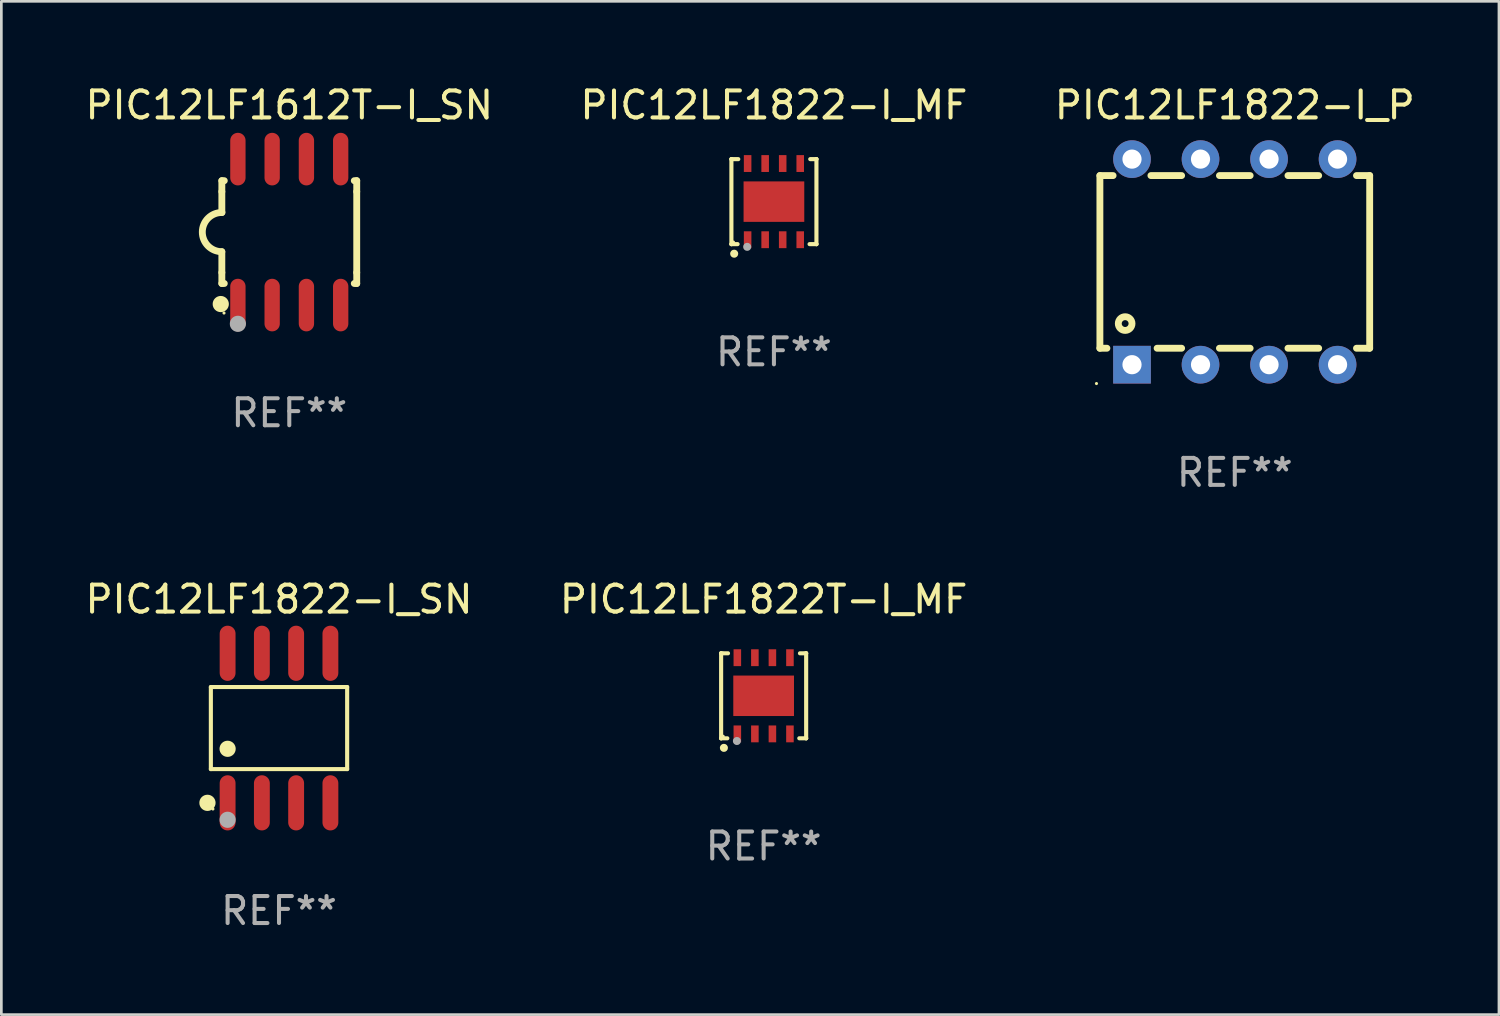
<source format=kicad_pcb>
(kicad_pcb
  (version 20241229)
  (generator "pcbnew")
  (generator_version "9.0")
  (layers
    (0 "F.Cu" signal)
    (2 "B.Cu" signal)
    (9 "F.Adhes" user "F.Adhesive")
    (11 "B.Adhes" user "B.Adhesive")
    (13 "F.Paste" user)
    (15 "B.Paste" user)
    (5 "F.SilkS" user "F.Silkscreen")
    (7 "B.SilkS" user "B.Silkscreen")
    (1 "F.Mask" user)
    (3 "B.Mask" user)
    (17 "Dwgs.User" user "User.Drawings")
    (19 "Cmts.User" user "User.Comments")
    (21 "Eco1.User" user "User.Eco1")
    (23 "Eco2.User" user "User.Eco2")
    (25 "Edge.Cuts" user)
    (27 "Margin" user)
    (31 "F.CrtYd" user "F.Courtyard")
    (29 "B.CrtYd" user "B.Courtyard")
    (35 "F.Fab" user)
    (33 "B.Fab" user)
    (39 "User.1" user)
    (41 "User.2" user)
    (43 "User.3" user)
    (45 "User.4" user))
  (footprint "PIC12LF1822-I_SN"
    (layer "F.Cu")
    (at 7.292 23.937)
    (property "Reference" "PIC12LF1822-I_SN" (at 0 -4.772 0) (layer "F.SilkS") (effects (font (size 1 1) (thickness 0.15))))
    (attr through_hole)
    (fp_line (start -2.526 -1.521) (end 2.526 -1.521) (stroke (width 0.152) (type solid)) (layer "F.SilkS"))
    (fp_line (start -2.526 1.521) (end -2.526 -1.521) (stroke (width 0.152) (type solid)) (layer "F.SilkS"))
    (fp_line (start 2.526 -1.521) (end 2.526 1.521) (stroke (width 0.152) (type solid)) (layer "F.SilkS"))
    (fp_line (start 2.526 1.521) (end -2.526 1.521) (stroke (width 0.152) (type solid)) (layer "F.SilkS"))
    (fp_circle (center -2.652 2.772) (end -2.501 2.772) (stroke (width 0.3) (type solid)) (fill no) (layer "F.SilkS"))
    (fp_circle (center -2.45 3) (end -2.42 3) (stroke (width 0.06) (type solid)) (fill no) (layer "F.SilkS"))
    (fp_circle (center -1.905 0.769) (end -1.755 0.769) (stroke (width 0.3) (type solid)) (fill no) (layer "F.SilkS"))
    (fp_circle (center -1.905 3.4) (end -1.755 3.4) (stroke (width 0.3) (type solid)) (fill no) (layer "F.Fab"))
    (fp_text user "REF**" (at 0 6.772 0) (layer "F.Fab") (effects (font (size 1 1) (thickness 0.15))))
    (pad "1" smd oval (at -1.905 2.772) (size 0.588 2.045) (layers "F.Cu" "F.Mask" "F.Paste"))
    (pad "2" smd oval (at -0.635 2.772) (size 0.588 2.045) (layers "F.Cu" "F.Mask" "F.Paste"))
    (pad "3" smd oval (at 0.635 2.772) (size 0.588 2.045) (layers "F.Cu" "F.Mask" "F.Paste"))
    (pad "4" smd oval (at 1.905 2.772) (size 0.588 2.045) (layers "F.Cu" "F.Mask" "F.Paste"))
    (pad "5" smd oval (at 1.905 -2.772) (size 0.588 2.045) (layers "F.Cu" "F.Mask" "F.Paste"))
    (pad "6" smd oval (at 0.635 -2.772) (size 0.588 2.045) (layers "F.Cu" "F.Mask" "F.Paste"))
    (pad "7" smd oval (at -0.635 -2.772) (size 0.588 2.045) (layers "F.Cu" "F.Mask" "F.Paste"))
    (pad "8" smd oval (at -1.905 -2.772) (size 0.588 2.045) (layers "F.Cu" "F.Mask" "F.Paste")))
  (footprint "PIC12LF1822T-I_MF"
    (layer "F.Cu")
    (at 25.256 22.741)
    (property "Reference" "PIC12LF1822T-I_MF" (at 0 -3.576 0) (layer "F.SilkS") (effects (font (size 1 1) (thickness 0.15))))
    (attr through_hole)
    (fp_line (start -1.576 -1.576) (end -1.576 -1.576) (stroke (width 0.152) (type solid)) (layer "F.SilkS"))
    (fp_line (start -1.576 -1.576) (end -1.576 1.576) (stroke (width 0.152) (type solid)) (layer "F.SilkS"))
    (fp_line (start -1.576 1.576) (end -1.576 1.576) (stroke (width 0.152) (type solid)) (layer "F.SilkS"))
    (fp_line (start -1.576 1.576) (end -1.346 1.575) (stroke (width 0.152) (type solid)) (layer "F.SilkS"))
    (fp_line (start -1.321 -1.575) (end -1.576 -1.576) (stroke (width 0.152) (type solid)) (layer "F.SilkS"))
    (fp_line (start 1.321 1.575) (end 1.576 1.576) (stroke (width 0.152) (type solid)) (layer "F.SilkS"))
    (fp_line (start 1.576 -1.576) (end 1.346 -1.575) (stroke (width 0.152) (type solid)) (layer "F.SilkS"))
    (fp_line (start 1.576 -1.576) (end 1.576 -1.576) (stroke (width 0.152) (type solid)) (layer "F.SilkS"))
    (fp_line (start 1.576 1.576) (end 1.576 -1.576) (stroke (width 0.152) (type solid)) (layer "F.SilkS"))
    (fp_line (start 1.576 1.576) (end 1.576 1.576) (stroke (width 0.152) (type solid)) (layer "F.SilkS"))
    (fp_circle (center -1.5 1.5) (end -1.47 1.5) (stroke (width 0.06) (type solid)) (fill no) (layer "F.SilkS"))
    (fp_circle (center -1.473 1.93) (end -1.398 1.93) (stroke (width 0.15) (type solid)) (fill no) (layer "F.SilkS"))
    (fp_circle (center -0.991 1.676) (end -0.916 1.676) (stroke (width 0.15) (type solid)) (fill no) (layer "F.Fab"))
    (fp_text user "REF**" (at 0 5.576 0) (layer "F.Fab") (effects (font (size 1 1) (thickness 0.15))))
    (pad "1" smd rect (at -0.975 1.412) (size 0.28 0.625) (layers "F.Cu" "F.Mask" "F.Paste"))
    (pad "2" smd rect (at -0.325 1.412) (size 0.28 0.625) (layers "F.Cu" "F.Mask" "F.Paste"))
    (pad "3" smd rect (at 0.325 1.412) (size 0.28 0.625) (layers "F.Cu" "F.Mask" "F.Paste"))
    (pad "4" smd rect (at 0.975 1.412) (size 0.28 0.625) (layers "F.Cu" "F.Mask" "F.Paste"))
    (pad "5" smd rect (at 0.975 -1.412) (size 0.28 0.625) (layers "F.Cu" "F.Mask" "F.Paste"))
    (pad "6" smd rect (at 0.325 -1.412) (size 0.28 0.625) (layers "F.Cu" "F.Mask" "F.Paste"))
    (pad "7" smd rect (at -0.325 -1.412) (size 0.28 0.625) (layers "F.Cu" "F.Mask" "F.Paste"))
    (pad "8" smd rect (at -0.975 -1.412) (size 0.28 0.625) (layers "F.Cu" "F.Mask" "F.Paste"))
    (pad "9" smd rect (at 0 0) (size 2.25 1.5) (layers "F.Cu" "F.Mask" "F.Paste")))
  (footprint "PIC12LF1822-I_MF"
    (layer "F.Cu")
    (at 25.637 4.424)
    (property "Reference" "PIC12LF1822-I_MF" (at 0 -3.576 0) (layer "F.SilkS") (effects (font (size 1 1) (thickness 0.15))))
    (attr through_hole)
    (fp_line (start -1.576 -1.576) (end -1.576 -1.576) (stroke (width 0.152) (type solid)) (layer "F.SilkS"))
    (fp_line (start -1.576 -1.576) (end -1.576 1.576) (stroke (width 0.152) (type solid)) (layer "F.SilkS"))
    (fp_line (start -1.576 1.576) (end -1.576 1.576) (stroke (width 0.152) (type solid)) (layer "F.SilkS"))
    (fp_line (start -1.576 1.576) (end -1.346 1.575) (stroke (width 0.152) (type solid)) (layer "F.SilkS"))
    (fp_line (start -1.321 -1.575) (end -1.576 -1.576) (stroke (width 0.152) (type solid)) (layer "F.SilkS"))
    (fp_line (start 1.321 1.575) (end 1.576 1.576) (stroke (width 0.152) (type solid)) (layer "F.SilkS"))
    (fp_line (start 1.576 -1.576) (end 1.346 -1.575) (stroke (width 0.152) (type solid)) (layer "F.SilkS"))
    (fp_line (start 1.576 -1.576) (end 1.576 -1.576) (stroke (width 0.152) (type solid)) (layer "F.SilkS"))
    (fp_line (start 1.576 1.576) (end 1.576 -1.576) (stroke (width 0.152) (type solid)) (layer "F.SilkS"))
    (fp_line (start 1.576 1.576) (end 1.576 1.576) (stroke (width 0.152) (type solid)) (layer "F.SilkS"))
    (fp_circle (center -1.5 1.5) (end -1.47 1.5) (stroke (width 0.06) (type solid)) (fill no) (layer "F.SilkS"))
    (fp_circle (center -1.473 1.93) (end -1.398 1.93) (stroke (width 0.15) (type solid)) (fill no) (layer "F.SilkS"))
    (fp_circle (center -0.991 1.676) (end -0.916 1.676) (stroke (width 0.15) (type solid)) (fill no) (layer "F.Fab"))
    (fp_text user "REF**" (at 0 5.576 0) (layer "F.Fab") (effects (font (size 1 1) (thickness 0.15))))
    (pad "1" smd rect (at -0.975 1.412) (size 0.28 0.625) (layers "F.Cu" "F.Mask" "F.Paste"))
    (pad "2" smd rect (at -0.325 1.412) (size 0.28 0.625) (layers "F.Cu" "F.Mask" "F.Paste"))
    (pad "3" smd rect (at 0.325 1.412) (size 0.28 0.625) (layers "F.Cu" "F.Mask" "F.Paste"))
    (pad "4" smd rect (at 0.975 1.412) (size 0.28 0.625) (layers "F.Cu" "F.Mask" "F.Paste"))
    (pad "5" smd rect (at 0.975 -1.412) (size 0.28 0.625) (layers "F.Cu" "F.Mask" "F.Paste"))
    (pad "6" smd rect (at 0.325 -1.412) (size 0.28 0.625) (layers "F.Cu" "F.Mask" "F.Paste"))
    (pad "7" smd rect (at -0.325 -1.412) (size 0.28 0.625) (layers "F.Cu" "F.Mask" "F.Paste"))
    (pad "8" smd rect (at -0.975 -1.412) (size 0.28 0.625) (layers "F.Cu" "F.Mask" "F.Paste"))
    (pad "9" smd rect (at 0 0) (size 2.25 1.5) (layers "F.Cu" "F.Mask" "F.Paste")))
  (footprint "PIC12LF1822-I_P"
    (layer "F.Cu")
    (at 42.72 6.658)
    (property "Reference" "PIC12LF1822-I_P" (at 0 -5.81 0) (layer "F.SilkS") (effects (font (size 1 1) (thickness 0.15))))
    (attr through_hole)
    (fp_line (start -5 -3.2) (end -5 3.2) (stroke (width 0.254) (type solid)) (layer "F.SilkS"))
    (fp_line (start -5 -3.2) (end -4.511 -3.2) (stroke (width 0.254) (type solid)) (layer "F.SilkS"))
    (fp_line (start -5 3.2) (end -4.74 3.2) (stroke (width 0.254) (type solid)) (layer "F.SilkS"))
    (fp_line (start -3.109 -3.2) (end -1.971 -3.2) (stroke (width 0.254) (type solid)) (layer "F.SilkS"))
    (fp_line (start -2.88 3.2) (end -1.971 3.2) (stroke (width 0.254) (type solid)) (layer "F.SilkS"))
    (fp_line (start -0.569 -3.2) (end 0.569 -3.2) (stroke (width 0.254) (type solid)) (layer "F.SilkS"))
    (fp_line (start -0.569 3.2) (end 0.569 3.2) (stroke (width 0.254) (type solid)) (layer "F.SilkS"))
    (fp_line (start 1.971 -3.2) (end 3.109 -3.2) (stroke (width 0.254) (type solid)) (layer "F.SilkS"))
    (fp_line (start 1.971 3.2) (end 3.109 3.2) (stroke (width 0.254) (type solid)) (layer "F.SilkS"))
    (fp_line (start 4.511 -3.2) (end 5 -3.2) (stroke (width 0.254) (type solid)) (layer "F.SilkS"))
    (fp_line (start 4.511 3.2) (end 5 3.2) (stroke (width 0.254) (type solid)) (layer "F.SilkS"))
    (fp_line (start 5 -3.2) (end 5 3.2) (stroke (width 0.254) (type solid)) (layer "F.SilkS"))
    (fp_circle (center -5.127 4.509) (end -5.097 4.509) (stroke (width 0.06) (type solid)) (fill no) (layer "F.SilkS"))
    (fp_circle (center -4.064 2.286) (end -3.81 2.286) (stroke (width 0.254) (type solid)) (fill no) (layer "F.SilkS"))
    (fp_text user "REF**" (at 0 7.81 0) (layer "F.Fab") (effects (font (size 1 1) (thickness 0.15))))
    (pad "1" thru_hole rect (at -3.81 3.81) (size 1.397 1.397) (drill 0.711) (layers "*.Cu" "*.Mask"))
    (pad "2" thru_hole circle (at -1.27 3.81) (size 1.397 1.397) (drill 0.711) (layers "*.Cu" "*.Mask"))
    (pad "3" thru_hole circle (at 1.27 3.81) (size 1.397 1.397) (drill 0.711) (layers "*.Cu" "*.Mask"))
    (pad "4" thru_hole circle (at 3.81 3.81) (size 1.397 1.397) (drill 0.711) (layers "*.Cu" "*.Mask"))
    (pad "5" thru_hole circle (at 3.81 -3.81) (size 1.397 1.397) (drill 0.711) (layers "*.Cu" "*.Mask"))
    (pad "6" thru_hole circle (at 1.27 -3.81) (size 1.397 1.397) (drill 0.711) (layers "*.Cu" "*.Mask"))
    (pad "7" thru_hole circle (at -1.27 -3.81) (size 1.397 1.397) (drill 0.711) (layers "*.Cu" "*.Mask"))
    (pad "8" thru_hole circle (at -3.81 -3.81) (size 1.397 1.397) (drill 0.711) (layers "*.Cu" "*.Mask")))
  (footprint "PIC12LF1612T-I_SN"
    (layer "F.Cu")
    (at 7.673 5.553)
    (property "Reference" "PIC12LF1612T-I_SN" (at 0 -4.705 0) (layer "F.SilkS") (effects (font (size 1 1) (thickness 0.15))))
    (attr through_hole)
    (fp_line (start -2.5 -1.905) (end -2.409 -1.905) (stroke (width 0.254) (type solid)) (layer "F.SilkS"))
    (fp_line (start -2.5 -1.5) (end -2.5 -1.905) (stroke (width 0.254) (type solid)) (layer "F.SilkS"))
    (fp_line (start -2.5 -1.5) (end -2.5 -0.726) (stroke (width 0.254) (type solid)) (layer "F.SilkS"))
    (fp_line (start -2.5 1.5) (end -2.5 0.727) (stroke (width 0.254) (type solid)) (layer "F.SilkS"))
    (fp_line (start -2.5 1.5) (end -2.5 1.905) (stroke (width 0.254) (type solid)) (layer "F.SilkS"))
    (fp_line (start -2.5 1.905) (end -2.409 1.905) (stroke (width 0.254) (type solid)) (layer "F.SilkS"))
    (fp_line (start 2.5 -1.905) (end 2.409 -1.905) (stroke (width 0.254) (type solid)) (layer "F.SilkS"))
    (fp_line (start 2.5 -1.5) (end 2.5 -1.905) (stroke (width 0.254) (type solid)) (layer "F.SilkS"))
    (fp_line (start 2.5 -1.5) (end 2.5 1.5) (stroke (width 0.254) (type solid)) (layer "F.SilkS"))
    (fp_line (start 2.5 1.5) (end 2.5 1.905) (stroke (width 0.254) (type solid)) (layer "F.SilkS"))
    (fp_line (start 2.5 1.905) (end 2.409 1.905) (stroke (width 0.254) (type solid)) (layer "F.SilkS"))
    (fp_arc (start -2.5 0.726568) (mid -3.220316 -0.0023) (end -2.495097 -0.726289) (stroke (width 0.254001) (type solid)) (layer "F.SilkS"))
    (fp_circle (center -2.54 2.667) (end -2.39 2.667) (stroke (width 0.3) (type solid)) (fill no) (layer "F.SilkS"))
    (fp_circle (center -2.42 3) (end -2.39 3) (stroke (width 0.06) (type solid)) (fill no) (layer "F.SilkS"))
    (fp_circle (center -1.905 3.4) (end -1.755 3.4) (stroke (width 0.3) (type solid)) (fill no) (layer "F.Fab"))
    (fp_text user "REF**" (at 0 6.705 0) (layer "F.Fab") (effects (font (size 1 1) (thickness 0.15))))
    (pad "1" smd oval (at -1.905 2.705) (size 0.568 1.95) (layers "F.Cu" "F.Mask" "F.Paste"))
    (pad "2" smd oval (at -0.635 2.705) (size 0.568 1.95) (layers "F.Cu" "F.Mask" "F.Paste"))
    (pad "3" smd oval (at 0.635 2.705) (size 0.568 1.95) (layers "F.Cu" "F.Mask" "F.Paste"))
    (pad "4" smd oval (at 1.905 2.705) (size 0.568 1.95) (layers "F.Cu" "F.Mask" "F.Paste"))
    (pad "5" smd oval (at 1.905 -2.705) (size 0.568 1.95) (layers "F.Cu" "F.Mask" "F.Paste"))
    (pad "6" smd oval (at 0.635 -2.705) (size 0.568 1.95) (layers "F.Cu" "F.Mask" "F.Paste"))
    (pad "7" smd oval (at -0.635 -2.705) (size 0.568 1.95) (layers "F.Cu" "F.Mask" "F.Paste"))
    (pad "8" smd oval (at -1.905 -2.705) (size 0.568 1.95) (layers "F.Cu" "F.Mask" "F.Paste")))
  (gr_rect
    (start -3 -3)
    (end 52.512 34.558)
    (stroke (width 0.1) (type default))
    (fill no)
    (layer "Edge.Cuts")))
</source>
